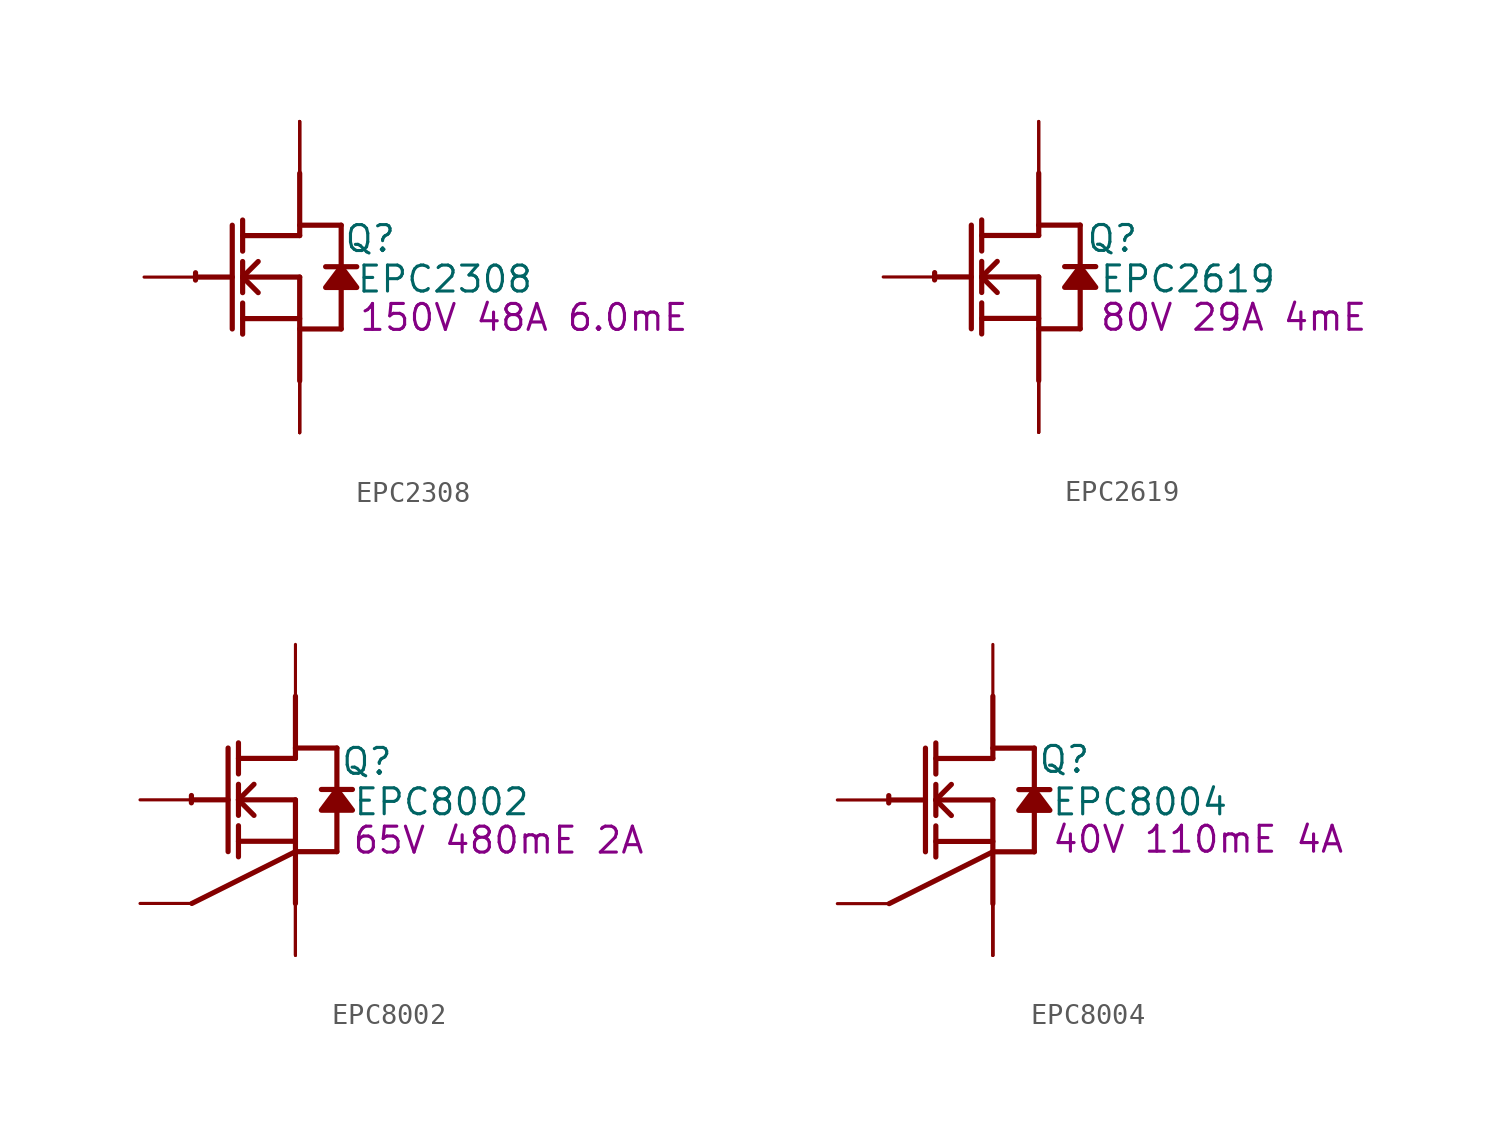
<source format=kicad_sym>
(kicad_symbol_lib
  (version 20220914)
  (generator kicad_symbol_editor)
  (symbol "EPC2308"
    (property "Reference" "Q"
      (at 3.454 1.88 0)
      (effects (font (size 1.27 1.27))))
    (property "Value" "EPC2308"
      (at 7.112 -0.102 0)
      (effects (font (size 1.27 1.27))))
    (property "Description" "150V 48A 6.0mE"
      (at 10.973 -1.981 0)
      (effects (font (size 1.27 1.27))))
    (symbol "EPC2308_1_0"
      (arc (start -5.0996 0.2128) (mid -5.1039 0.0331) (end -5.1019 -0.1467) (stroke (width 0.254) (type solid)) (fill (type none)))
      (polyline (pts (xy -5.08 0) (xy -3.302 0)) (stroke (width 0.254) (type solid)) (fill (type none)))
      (polyline (pts (xy -3.302 2.54) (xy -3.302 -2.54)) (stroke (width 0.254) (type solid)) (fill (type none)))
      (polyline (pts (xy -2.794 -2.794) (xy -2.794 -1.27)) (stroke (width 0.254) (type solid)) (fill (type none)))
      (polyline (pts (xy -2.794 -2.032) (xy 0 -2.032)) (stroke (width 0.254) (type solid)) (fill (type none)))
      (polyline (pts (xy -2.794 -0.762) (xy -2.794 0.762)) (stroke (width 0.254) (type solid)) (fill (type none)))
      (polyline (pts (xy -2.794 0) (xy -2.032 0.762)) (stroke (width 0.254) (type solid)) (fill (type none)))
      (polyline (pts (xy -2.794 0) (xy 0 0)) (stroke (width 0.254) (type solid)) (fill (type none)))
      (polyline (pts (xy -2.794 1.27) (xy -2.794 2.794)) (stroke (width 0.254) (type solid)) (fill (type none)))
      (polyline (pts (xy -2.032 -0.762) (xy -2.794 0)) (stroke (width 0.254) (type solid)) (fill (type none)))
      (polyline (pts (xy 0 -2.54) (xy 2.032 -2.54)) (stroke (width 0.254) (type solid)) (fill (type none)))
      (polyline (pts (xy 0 0) (xy 0 -5.08)) (stroke (width 0.254) (type solid)) (fill (type none)))
      (polyline (pts (xy 0 2.032) (xy -2.794 2.032)) (stroke (width 0.254) (type solid)) (fill (type none)))
      (polyline (pts (xy 0 2.032) (xy 0 5.08)) (stroke (width 0.254) (type solid)) (fill (type none)))
      (polyline (pts (xy 0 2.54) (xy 2.032 2.54)) (stroke (width 0.254) (type solid)) (fill (type none)))
      (polyline (pts (xy 2.032 -0.508) (xy 2.032 -2.54)) (stroke (width 0.254) (type solid)) (fill (type none)))
      (polyline (pts (xy 2.032 2.54) (xy 2.032 0.508)) (stroke (width 0.254) (type solid)) (fill (type none)))
      (polyline (pts (xy 2.794 0.508) (xy 1.27 0.508)) (stroke (width 0.254) (type solid)) (fill (type none)))
      (polyline (pts (xy 2.032 0.508) (xy 1.27 -0.508) (xy 2.794 -0.508) (xy 2.032 0.508)) (stroke (width 0.254) (type solid)) (fill (type outline)))
      (pin passive line (at -7.62 0 0) (length 2.54) (name "G" (effects (font (size 0 0)))) (number "1" (effects (font (size 0 0)))))
      (pin passive line (at 0 -7.62 90) (length 2.54) (name "S" (effects (font (size 0 0)))) (number "2" (effects (font (size 0 0)))))
      (pin passive line (at 0 7.62 270) (length 2.54) (name "D" (effects (font (size 0 0)))) (number "3" (effects (font (size 0 0)))))
      (pin passive line (at 0 -7.62 90) (length 2.54) (name "S" (effects (font (size 0 0)))) (number "4" (effects (font (size 0 0)))))
      (pin passive line (at 0 7.62 270) (length 2.54) (name "D" (effects (font (size 0 0)))) (number "5" (effects (font (size 0 0)))))
      (pin passive line (at 0 -7.62 90) (length 2.54) (name "S" (effects (font (size 0 0)))) (number "6" (effects (font (size 0 0)))))
      (pin passive line (at 0 7.62 270) (length 2.54) (name "D" (effects (font (size 0 0)))) (number "7" (effects (font (size 0 0)))))))
  (symbol "EPC2619"
    (property "Reference" "Q"
      (at 3.607 1.88 0)
      (effects (font (size 1.27 1.27))))
    (property "Value" "EPC2619"
      (at 7.315 -0.102 0)
      (effects (font (size 1.27 1.27))))
    (property "Description" "80V 29A 4mE"
      (at 9.55 -1.981 0)
      (effects (font (size 1.27 1.27))))
    (symbol "EPC2619_1_0"
      (arc (start -5.0996 0.2128) (mid -5.1039 0.0331) (end -5.1019 -0.1467) (stroke (width 0.254) (type solid)) (fill (type none)))
      (polyline (pts (xy -5.08 0) (xy -3.302 0)) (stroke (width 0.254) (type solid)) (fill (type none)))
      (polyline (pts (xy -3.302 2.54) (xy -3.302 -2.54)) (stroke (width 0.254) (type solid)) (fill (type none)))
      (polyline (pts (xy -2.794 -2.794) (xy -2.794 -1.27)) (stroke (width 0.254) (type solid)) (fill (type none)))
      (polyline (pts (xy -2.794 -2.032) (xy 0 -2.032)) (stroke (width 0.254) (type solid)) (fill (type none)))
      (polyline (pts (xy -2.794 -0.762) (xy -2.794 0.762)) (stroke (width 0.254) (type solid)) (fill (type none)))
      (polyline (pts (xy -2.794 0) (xy -2.032 0.762)) (stroke (width 0.254) (type solid)) (fill (type none)))
      (polyline (pts (xy -2.794 0) (xy 0 0)) (stroke (width 0.254) (type solid)) (fill (type none)))
      (polyline (pts (xy -2.794 1.27) (xy -2.794 2.794)) (stroke (width 0.254) (type solid)) (fill (type none)))
      (polyline (pts (xy -2.032 -0.762) (xy -2.794 0)) (stroke (width 0.254) (type solid)) (fill (type none)))
      (polyline (pts (xy 0 -2.54) (xy 2.032 -2.54)) (stroke (width 0.254) (type solid)) (fill (type none)))
      (polyline (pts (xy 0 0) (xy 0 -5.08)) (stroke (width 0.254) (type solid)) (fill (type none)))
      (polyline (pts (xy 0 2.032) (xy -2.794 2.032)) (stroke (width 0.254) (type solid)) (fill (type none)))
      (polyline (pts (xy 0 2.032) (xy 0 5.08)) (stroke (width 0.254) (type solid)) (fill (type none)))
      (polyline (pts (xy 0 2.54) (xy 2.032 2.54)) (stroke (width 0.254) (type solid)) (fill (type none)))
      (polyline (pts (xy 2.032 -0.508) (xy 2.032 -2.54)) (stroke (width 0.254) (type solid)) (fill (type none)))
      (polyline (pts (xy 2.032 2.54) (xy 2.032 0.508)) (stroke (width 0.254) (type solid)) (fill (type none)))
      (polyline (pts (xy 2.794 0.508) (xy 1.27 0.508)) (stroke (width 0.254) (type solid)) (fill (type none)))
      (polyline (pts (xy 2.032 0.508) (xy 1.27 -0.508) (xy 2.794 -0.508) (xy 2.032 0.508)) (stroke (width 0.254) (type solid)) (fill (type outline)))
      (pin passive line (at -7.62 0 0) (length 2.54) (name "G" (effects (font (size 0 0)))) (number "1" (effects (font (size 0 0)))))
      (pin open_emitter line (at 0 -7.62 90) (length 2.54) (name "S" (effects (font (size 0 0)))) (number "2" (effects (font (size 0 0)))))
      (pin open_collector line (at 0 7.62 270) (length 2.54) (name "D" (effects (font (size 0 0)))) (number "3" (effects (font (size 0 0)))))
      (pin open_emitter line (at 0 -7.62 90) (length 2.54) (name "S" (effects (font (size 0 0)))) (number "4" (effects (font (size 0 0)))))
      (pin open_collector line (at 0 7.62 270) (length 2.54) (name "D" (effects (font (size 0 0)))) (number "5" (effects (font (size 0 0)))))
      (pin open_emitter line (at 0 -7.62 90) (length 2.54) (name "S" (effects (font (size 0 0)))) (number "6" (effects (font (size 0 0)))))))
  (symbol "EPC8002"
    (property "Reference" "Q"
      (at 3.505 1.88 0)
      (effects (font (size 1.27 1.27))))
    (property "Value" "EPC8002"
      (at 7.163 -0.102 0)
      (effects (font (size 1.27 1.27))))
    (property "Description" "65V 480mE 2A"
      (at 9.957 -1.981 0)
      (effects (font (size 1.27 1.27))))
    (symbol "EPC8002_1_0"
      (arc (start -5.0996 0.2128) (mid -5.1039 0.0331) (end -5.1019 -0.1467) (stroke (width 0.254) (type solid)) (fill (type none)))
      (polyline (pts (xy -5.08 0) (xy -3.302 0)) (stroke (width 0.254) (type solid)) (fill (type none)))
      (polyline (pts (xy -3.302 2.54) (xy -3.302 -2.54)) (stroke (width 0.254) (type solid)) (fill (type none)))
      (polyline (pts (xy -2.794 -2.794) (xy -2.794 -1.27)) (stroke (width 0.254) (type solid)) (fill (type none)))
      (polyline (pts (xy -2.794 -2.032) (xy 0 -2.032)) (stroke (width 0.254) (type solid)) (fill (type none)))
      (polyline (pts (xy -2.794 -0.762) (xy -2.794 0.762)) (stroke (width 0.254) (type solid)) (fill (type none)))
      (polyline (pts (xy -2.794 0) (xy -2.032 0.762)) (stroke (width 0.254) (type solid)) (fill (type none)))
      (polyline (pts (xy -2.794 0) (xy 0 0)) (stroke (width 0.254) (type solid)) (fill (type none)))
      (polyline (pts (xy -2.794 1.27) (xy -2.794 2.794)) (stroke (width 0.254) (type solid)) (fill (type none)))
      (polyline (pts (xy -2.032 -0.762) (xy -2.794 0)) (stroke (width 0.254) (type solid)) (fill (type none)))
      (polyline (pts (xy 0 -2.54) (xy -5.08 -5.08)) (stroke (width 0.254) (type solid)) (fill (type none)))
      (polyline (pts (xy 0 -2.54) (xy 2.032 -2.54)) (stroke (width 0.254) (type solid)) (fill (type none)))
      (polyline (pts (xy 0 0) (xy 0 -5.08)) (stroke (width 0.254) (type solid)) (fill (type none)))
      (polyline (pts (xy 0 2.032) (xy -2.794 2.032)) (stroke (width 0.254) (type solid)) (fill (type none)))
      (polyline (pts (xy 0 2.032) (xy 0 5.08)) (stroke (width 0.254) (type solid)) (fill (type none)))
      (polyline (pts (xy 0 2.54) (xy 2.032 2.54)) (stroke (width 0.254) (type solid)) (fill (type none)))
      (polyline (pts (xy 2.032 -0.508) (xy 2.032 -2.54)) (stroke (width 0.254) (type solid)) (fill (type none)))
      (polyline (pts (xy 2.032 2.54) (xy 2.032 0.508)) (stroke (width 0.254) (type solid)) (fill (type none)))
      (polyline (pts (xy 2.794 0.508) (xy 1.27 0.508)) (stroke (width 0.254) (type solid)) (fill (type none)))
      (polyline (pts (xy 2.032 0.508) (xy 1.27 -0.508) (xy 2.794 -0.508) (xy 2.032 0.508)) (stroke (width 0.254) (type solid)) (fill (type outline)))
      (pin passive line (at -7.62 0 0) (length 2.54) (name "G" (effects (font (size 0 0)))) (number "1" (effects (font (size 0 0)))))
      (pin open_emitter line (at -7.62 -5.08 0) (length 2.54) (name "SG" (effects (font (size 0 0)))) (number "2" (effects (font (size 0 0)))))
      (pin open_emitter line (at 0 -7.62 90) (length 2.54) (name "SP1" (effects (font (size 0 0)))) (number "3" (effects (font (size 0 0)))))
      (pin open_collector line (at 0 7.62 270) (length 2.54) (name "D" (effects (font (size 0 0)))) (number "4" (effects (font (size 0 0)))))
      (pin open_emitter line (at 0 -7.62 90) (length 2.54) (name "SP2" (effects (font (size 0 0)))) (number "5" (effects (font (size 0 0)))))
      (pin open_emitter line (at 0 -7.62 90) (length 2.54) (name "Sub" (effects (font (size 0 0)))) (number "6" (effects (font (size 0 0)))))))
  (symbol "EPC8004"
    (property "Reference" "Q"
      (at 3.505 1.981 0)
      (effects (font (size 1.27 1.27))))
    (property "Value" "EPC8004"
      (at 7.214 -0.102 0)
      (effects (font (size 1.27 1.27))))
    (property "Description" "40V 110mE 4A"
      (at 10.058 -1.93 0)
      (effects (font (size 1.27 1.27))))
    (symbol "EPC8004_1_0"
      (arc (start -5.0996 0.2128) (mid -5.1039 0.0331) (end -5.1019 -0.1467) (stroke (width 0.254) (type solid)) (fill (type none)))
      (polyline (pts (xy -5.08 0) (xy -3.302 0)) (stroke (width 0.254) (type solid)) (fill (type none)))
      (polyline (pts (xy -3.302 2.54) (xy -3.302 -2.54)) (stroke (width 0.254) (type solid)) (fill (type none)))
      (polyline (pts (xy -2.794 -2.794) (xy -2.794 -1.27)) (stroke (width 0.254) (type solid)) (fill (type none)))
      (polyline (pts (xy -2.794 -2.032) (xy 0 -2.032)) (stroke (width 0.254) (type solid)) (fill (type none)))
      (polyline (pts (xy -2.794 -0.762) (xy -2.794 0.762)) (stroke (width 0.254) (type solid)) (fill (type none)))
      (polyline (pts (xy -2.794 0) (xy -2.032 0.762)) (stroke (width 0.254) (type solid)) (fill (type none)))
      (polyline (pts (xy -2.794 0) (xy 0 0)) (stroke (width 0.254) (type solid)) (fill (type none)))
      (polyline (pts (xy -2.794 1.27) (xy -2.794 2.794)) (stroke (width 0.254) (type solid)) (fill (type none)))
      (polyline (pts (xy -2.032 -0.762) (xy -2.794 0)) (stroke (width 0.254) (type solid)) (fill (type none)))
      (polyline (pts (xy 0 -2.54) (xy -5.08 -5.08)) (stroke (width 0.254) (type solid)) (fill (type none)))
      (polyline (pts (xy 0 -2.54) (xy 2.032 -2.54)) (stroke (width 0.254) (type solid)) (fill (type none)))
      (polyline (pts (xy 0 0) (xy 0 -5.08)) (stroke (width 0.254) (type solid)) (fill (type none)))
      (polyline (pts (xy 0 2.032) (xy -2.794 2.032)) (stroke (width 0.254) (type solid)) (fill (type none)))
      (polyline (pts (xy 0 2.032) (xy 0 5.08)) (stroke (width 0.254) (type solid)) (fill (type none)))
      (polyline (pts (xy 0 2.54) (xy 2.032 2.54)) (stroke (width 0.254) (type solid)) (fill (type none)))
      (polyline (pts (xy 2.032 -0.508) (xy 2.032 -2.54)) (stroke (width 0.254) (type solid)) (fill (type none)))
      (polyline (pts (xy 2.032 2.54) (xy 2.032 0.508)) (stroke (width 0.254) (type solid)) (fill (type none)))
      (polyline (pts (xy 2.794 0.508) (xy 1.27 0.508)) (stroke (width 0.254) (type solid)) (fill (type none)))
      (polyline (pts (xy 2.032 0.508) (xy 1.27 -0.508) (xy 2.794 -0.508) (xy 2.032 0.508)) (stroke (width 0.254) (type solid)) (fill (type outline)))
      (pin passive line (at -7.62 0 0) (length 2.54) (name "G" (effects (font (size 0 0)))) (number "1" (effects (font (size 0 0)))))
      (pin open_emitter line (at -7.62 -5.08 0) (length 2.54) (name "SG" (effects (font (size 0 0)))) (number "2" (effects (font (size 0 0)))))
      (pin open_emitter line (at 0 -7.62 90) (length 2.54) (name "SP1" (effects (font (size 0 0)))) (number "3" (effects (font (size 0 0)))))
      (pin open_collector line (at 0 7.62 270) (length 2.54) (name "D" (effects (font (size 0 0)))) (number "4" (effects (font (size 0 0)))))
      (pin open_emitter line (at 0 -7.62 90) (length 2.54) (name "SP2" (effects (font (size 0 0)))) (number "5" (effects (font (size 0 0)))))
      (pin open_emitter line (at 0 -7.62 90) (length 2.54) (name "Sub" (effects (font (size 0 0)))) (number "6" (effects (font (size 0 0))))))))
</source>
